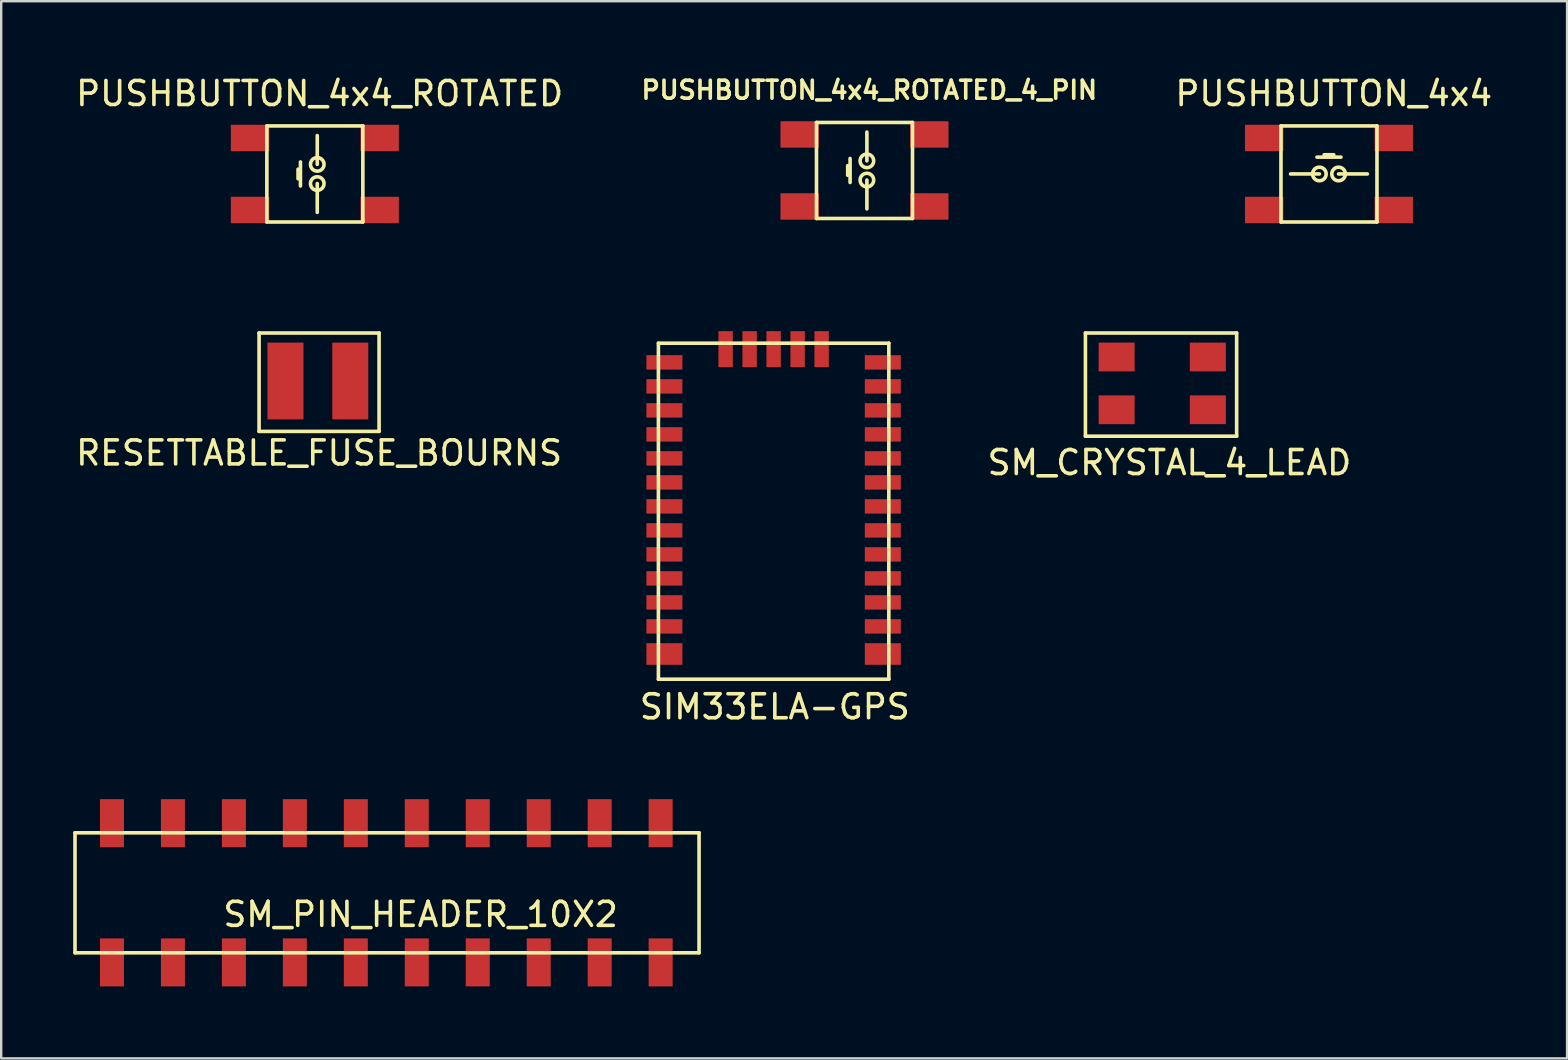
<source format=kicad_pcb>
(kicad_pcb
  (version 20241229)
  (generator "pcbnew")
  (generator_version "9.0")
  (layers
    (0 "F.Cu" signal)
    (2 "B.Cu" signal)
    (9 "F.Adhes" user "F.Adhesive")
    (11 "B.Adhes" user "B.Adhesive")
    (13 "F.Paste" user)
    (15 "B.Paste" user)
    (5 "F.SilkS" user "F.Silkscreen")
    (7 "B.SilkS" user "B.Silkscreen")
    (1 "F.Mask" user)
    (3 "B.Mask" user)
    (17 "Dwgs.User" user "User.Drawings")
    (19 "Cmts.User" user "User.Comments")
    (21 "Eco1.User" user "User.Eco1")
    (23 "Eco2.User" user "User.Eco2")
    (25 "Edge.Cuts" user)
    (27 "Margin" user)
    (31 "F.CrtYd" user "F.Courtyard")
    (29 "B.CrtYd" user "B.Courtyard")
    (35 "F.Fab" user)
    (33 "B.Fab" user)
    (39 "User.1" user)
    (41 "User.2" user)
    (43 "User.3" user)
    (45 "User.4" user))
  (footprint "RESETTABLE_FUSE_BOURNS"
    (layer "F.Cu")
    (at 10.244 12.823)
    (property "Reference" "RESETTABLE_FUSE_BOURNS" (at 0 3 0) (layer "F.SilkS") (effects (font (size 1 1) (thickness 0.15))))
    (attr through_hole)
    (fp_line (start -2.5 -2) (end 2.5 -2) (stroke (width 0.15) (type solid)) (layer "F.SilkS"))
    (fp_line (start -2.5 2.1) (end -2.5 -2) (stroke (width 0.15) (type solid)) (layer "F.SilkS"))
    (fp_line (start 2.5 -2) (end 2.5 2.1) (stroke (width 0.15) (type solid)) (layer "F.SilkS"))
    (fp_line (start 2.5 2.1) (end -2.5 2.1) (stroke (width 0.15) (type solid)) (layer "F.SilkS"))
    (pad "1" smd rect (at -1.4 0) (size 1.5 3.2) (layers "F.Cu" "F.Mask" "F.Paste"))
    (pad "2" smd rect (at 1.3 0) (size 1.5 3.2) (layers "F.Cu" "F.Mask" "F.Paste")))
  (footprint "SIM33ELA-GPS"
    (layer "F.Cu")
    (at 29.182 18.048)
    (property "Reference" "SIM33ELA-GPS" (at 0.05 8.35 0) (layer "F.SilkS") (effects (font (size 1 1) (thickness 0.15))))
    (attr through_hole)
    (fp_line (start -4.8 -6.8) (end -4.8 7.2) (stroke (width 0.15) (type solid)) (layer "F.SilkS"))
    (fp_line (start -4.8 -6.8) (end 4.8 -6.8) (stroke (width 0.15) (type solid)) (layer "F.SilkS"))
    (fp_line (start 4.8 7.2) (end -4.8 7.2) (stroke (width 0.15) (type solid)) (layer "F.SilkS"))
    (fp_line (start 4.8 7.2) (end 4.8 -6.8) (stroke (width 0.15) (type solid)) (layer "F.SilkS"))
    (pad "1" smd rect (at -4.55 -6) (size 1.5 0.6) (layers "F.Cu" "F.Mask" "F.Paste"))
    (pad "2" smd rect (at -4.55 -5) (size 1.5 0.6) (layers "F.Cu" "F.Mask" "F.Paste"))
    (pad "3" smd rect (at -4.55 -4) (size 1.5 0.6) (layers "F.Cu" "F.Mask" "F.Paste"))
    (pad "4" smd rect (at -4.55 -3) (size 1.5 0.6) (layers "F.Cu" "F.Mask" "F.Paste"))
    (pad "5" smd rect (at -4.55 -2) (size 1.5 0.6) (layers "F.Cu" "F.Mask" "F.Paste"))
    (pad "6" smd rect (at -4.55 -1) (size 1.5 0.6) (layers "F.Cu" "F.Mask" "F.Paste"))
    (pad "7" smd rect (at -4.55 0) (size 1.5 0.6) (layers "F.Cu" "F.Mask" "F.Paste"))
    (pad "8" smd rect (at -4.55 1) (size 1.5 0.6) (layers "F.Cu" "F.Mask" "F.Paste"))
    (pad "9" smd rect (at -4.55 2) (size 1.5 0.6) (layers "F.Cu" "F.Mask" "F.Paste"))
    (pad "10" smd rect (at -4.55 3) (size 1.5 0.6) (layers "F.Cu" "F.Mask" "F.Paste"))
    (pad "11" smd rect (at -4.55 4) (size 1.5 0.6) (layers "F.Cu" "F.Mask" "F.Paste"))
    (pad "12" smd rect (at -4.55 5) (size 1.5 0.6) (layers "F.Cu" "F.Mask" "F.Paste"))
    (pad "13" smd rect (at -4.55 6.15) (size 1.5 0.9) (layers "F.Cu" "F.Mask" "F.Paste"))
    (pad "14" smd rect (at 4.55 6.15) (size 1.5 0.9) (layers "F.Cu" "F.Mask" "F.Paste"))
    (pad "15" smd rect (at 4.55 5) (size 1.5 0.6) (layers "F.Cu" "F.Mask" "F.Paste"))
    (pad "16" smd rect (at 4.55 4) (size 1.5 0.6) (layers "F.Cu" "F.Mask" "F.Paste"))
    (pad "17" smd rect (at 4.55 3) (size 1.5 0.6) (layers "F.Cu" "F.Mask" "F.Paste"))
    (pad "18" smd rect (at 4.55 2) (size 1.5 0.6) (layers "F.Cu" "F.Mask" "F.Paste"))
    (pad "19" smd rect (at 4.55 1) (size 1.5 0.6) (layers "F.Cu" "F.Mask" "F.Paste"))
    (pad "20" smd rect (at 4.55 0) (size 1.5 0.6) (layers "F.Cu" "F.Mask" "F.Paste"))
    (pad "21" smd rect (at 4.55 -1) (size 1.5 0.6) (layers "F.Cu" "F.Mask" "F.Paste"))
    (pad "22" smd rect (at 4.55 -2) (size 1.5 0.6) (layers "F.Cu" "F.Mask" "F.Paste"))
    (pad "23" smd rect (at 4.55 -3) (size 1.5 0.6) (layers "F.Cu" "F.Mask" "F.Paste"))
    (pad "24" smd rect (at 4.55 -4) (size 1.5 0.6) (layers "F.Cu" "F.Mask" "F.Paste"))
    (pad "25" smd rect (at 4.55 -5) (size 1.5 0.6) (layers "F.Cu" "F.Mask" "F.Paste"))
    (pad "26" smd rect (at 4.55 -6) (size 1.5 0.6) (layers "F.Cu" "F.Mask" "F.Paste"))
    (pad "27" smd rect (at 2 -6.55) (size 0.6 1.5) (layers "F.Cu" "F.Mask" "F.Paste"))
    (pad "28" smd rect (at 1 -6.55) (size 0.6 1.5) (layers "F.Cu" "F.Mask" "F.Paste"))
    (pad "29" smd rect (at 0 -6.55) (size 0.6 1.5) (layers "F.Cu" "F.Mask" "F.Paste"))
    (pad "30" smd rect (at -1 -6.55) (size 0.6 1.5) (layers "F.Cu" "F.Mask" "F.Paste"))
    (pad "31" smd rect (at -2 -6.55) (size 0.6 1.5) (layers "F.Cu" "F.Mask" "F.Paste")))
  (footprint "PUSHBUTTON_4x4"
    (layer "F.Cu")
    (at 49.62 7.498)
    (property "Reference" "PUSHBUTTON_4x4" (at 2.9 -6.65 0) (layer "F.SilkS") (effects (font (size 1 1) (thickness 0.15))))
    (attr through_hole)
    (fp_line (start 0.7 -5.3) (end 4.7 -5.3) (stroke (width 0.15) (type solid)) (layer "F.SilkS"))
    (fp_line (start 0.7 -1.3) (end 0.7 -5.3) (stroke (width 0.15) (type solid)) (layer "F.SilkS"))
    (fp_line (start 1.1 -3.3) (end 2.3 -3.3) (stroke (width 0.15) (type solid)) (layer "F.SilkS"))
    (fp_line (start 2.2 -4) (end 3.2 -4) (stroke (width 0.15) (type solid)) (layer "F.SilkS"))
    (fp_line (start 2.5 -4.1) (end 2.9 -4.1) (stroke (width 0.15) (type solid)) (layer "F.SilkS"))
    (fp_line (start 3.1 -3.3) (end 4.3 -3.3) (stroke (width 0.15) (type solid)) (layer "F.SilkS"))
    (fp_line (start 4.7 -5.3) (end 4.7 -1.3) (stroke (width 0.15) (type solid)) (layer "F.SilkS"))
    (fp_line (start 4.7 -1.3) (end 0.7 -1.3) (stroke (width 0.15) (type solid)) (layer "F.SilkS"))
    (fp_circle (center 2.3 -3.3) (end 2.5 -3.1) (stroke (width 0.15) (type solid)) (fill no) (layer "F.SilkS"))
    (fp_circle (center 3.1 -3.3) (end 3.3 -3.1) (stroke (width 0.15) (type solid)) (fill no) (layer "F.SilkS"))
    (pad "1" smd rect (at 0 -4.8) (size 1.6 1.1) (layers "F.Cu" "F.Mask" "F.Paste"))
    (pad "1" smd rect (at 0 -1.8) (size 1.6 1.1) (layers "F.Cu" "F.Mask" "F.Paste"))
    (pad "2" smd rect (at 5.4 -4.8) (size 1.6 1.1) (layers "F.Cu" "F.Mask" "F.Paste"))
    (pad "2" smd rect (at 5.4 -1.8) (size 1.6 1.1) (layers "F.Cu" "F.Mask" "F.Paste")))
  (footprint "PUSHBUTTON_4x4_ROTATED"
    (layer "F.Cu")
    (at 10.068 4.098)
    (property "Reference" "PUSHBUTTON_4x4_ROTATED" (at 0.2 -3.25 0) (layer "F.SilkS") (effects (font (size 1 1) (thickness 0.15))))
    (attr through_hole)
    (fp_line (start -2 -1.9) (end 2 -1.9) (stroke (width 0.15) (type solid)) (layer "F.SilkS"))
    (fp_line (start -2 2.1) (end -2 -1.9) (stroke (width 0.15) (type solid)) (layer "F.SilkS"))
    (fp_line (start -0.7 0.3) (end -0.7 -0.1) (stroke (width 0.15) (type solid)) (layer "F.SilkS"))
    (fp_line (start -0.6 0.6) (end -0.6 -0.4) (stroke (width 0.15) (type solid)) (layer "F.SilkS"))
    (fp_line (start 0.1 -0.3) (end 0.1 -1.5) (stroke (width 0.15) (type solid)) (layer "F.SilkS"))
    (fp_line (start 0.1 1.7) (end 0.1 0.5) (stroke (width 0.15) (type solid)) (layer "F.SilkS"))
    (fp_line (start 2 -1.9) (end 2 2.1) (stroke (width 0.15) (type solid)) (layer "F.SilkS"))
    (fp_line (start 2 2.1) (end -2 2.1) (stroke (width 0.15) (type solid)) (layer "F.SilkS"))
    (fp_circle (center 0.1 -0.3) (end 0.3 -0.5) (stroke (width 0.15) (type solid)) (fill no) (layer "F.SilkS"))
    (fp_circle (center 0.1 0.5) (end 0.3 0.3) (stroke (width 0.15) (type solid)) (fill no) (layer "F.SilkS"))
    (pad "1" smd rect (at -2.7 1.6) (size 1.6 1.1) (layers "F.Cu" "F.Mask" "F.Paste"))
    (pad "1" smd rect (at 2.7 1.6) (size 1.6 1.1) (layers "F.Cu" "F.Mask" "F.Paste"))
    (pad "2" smd rect (at -2.7 -1.4) (size 1.6 1.1) (layers "F.Cu" "F.Mask" "F.Paste"))
    (pad "2" smd rect (at 2.7 -1.4) (size 1.6 1.1) (layers "F.Cu" "F.Mask" "F.Paste")))
  (footprint "SM_CRYSTAL_4_LEAD"
    (layer "F.Cu")
    (at 45.373 12.923)
    (property "Reference" "SM_CRYSTAL_4_LEAD" (at 0.3 3.3 0) (layer "F.SilkS") (effects (font (size 1 1) (thickness 0.15))))
    (attr through_hole)
    (fp_line (start -3.2 -2.1) (end -3.2 2.2) (stroke (width 0.15) (type solid)) (layer "F.SilkS"))
    (fp_line (start -3.2 2.2) (end 3.1 2.2) (stroke (width 0.15) (type solid)) (layer "F.SilkS"))
    (fp_line (start 3.1 -2.1) (end -3.2 -2.1) (stroke (width 0.15) (type solid)) (layer "F.SilkS"))
    (fp_line (start 3.1 2.2) (end 3.1 -2.1) (stroke (width 0.15) (type solid)) (layer "F.SilkS"))
    (pad "1" smd rect (at -1.9 1.1) (size 1.5 1.2) (layers "F.Cu" "F.Mask" "F.Paste"))
    (pad "2" smd rect (at 1.9 -1.1) (size 1.5 1.2) (layers "F.Cu" "F.Mask" "F.Paste"))
    (pad "3" smd rect (at -1.9 -1.1) (size 1.5 1.2) (layers "F.Cu" "F.Mask" "F.Paste"))
    (pad "3" smd rect (at 1.9 1.1) (size 1.5 1.2) (layers "F.Cu" "F.Mask" "F.Paste")))
  (footprint "SM_PIN_HEADER_10X2"
    (layer "F.Cu")
    (at 24.465 34.047)
    (property "Reference" "SM_PIN_HEADER_10X2" (at -9.99 1 0) (layer "F.SilkS") (effects (font (size 1 1) (thickness 0.15))))
    (attr through_hole)
    (fp_line (start -24.39 -2.4) (end 1.61 -2.4) (stroke (width 0.15) (type solid)) (layer "F.SilkS"))
    (fp_line (start -24.39 2.6) (end -24.39 -2.4) (stroke (width 0.15) (type solid)) (layer "F.SilkS"))
    (fp_line (start 1.61 -2.4) (end 1.61 2.6) (stroke (width 0.15) (type solid)) (layer "F.SilkS"))
    (fp_line (start 1.61 2.6) (end -24.39 2.6) (stroke (width 0.15) (type solid)) (layer "F.SilkS"))
    (pad "1" smd rect (at 0.01 -2.8) (size 1 2) (layers "F.Cu" "F.Mask" "F.Paste"))
    (pad "2" smd rect (at 0.01 3) (size 1 2) (layers "F.Cu" "F.Mask" "F.Paste"))
    (pad "3" smd rect (at -2.53 -2.8) (size 1 2) (layers "F.Cu" "F.Mask" "F.Paste"))
    (pad "4" smd rect (at -2.53 3) (size 1 2) (layers "F.Cu" "F.Mask" "F.Paste"))
    (pad "5" smd rect (at -5.07 -2.8) (size 1 2) (layers "F.Cu" "F.Mask" "F.Paste"))
    (pad "6" smd rect (at -5.07 3) (size 1 2) (layers "F.Cu" "F.Mask" "F.Paste"))
    (pad "7" smd rect (at -7.61 -2.8) (size 1 2) (layers "F.Cu" "F.Mask" "F.Paste"))
    (pad "8" smd rect (at -7.61 3) (size 1 2) (layers "F.Cu" "F.Mask" "F.Paste"))
    (pad "9" smd rect (at -10.15 -2.8) (size 1 2) (layers "F.Cu" "F.Mask" "F.Paste"))
    (pad "10" smd rect (at -10.15 3) (size 1 2) (layers "F.Cu" "F.Mask" "F.Paste"))
    (pad "11" smd rect (at -12.69 -2.8) (size 1 2) (layers "F.Cu" "F.Mask" "F.Paste"))
    (pad "12" smd rect (at -12.69 3) (size 1 2) (layers "F.Cu" "F.Mask" "F.Paste"))
    (pad "13" smd rect (at -15.23 -2.8) (size 1 2) (layers "F.Cu" "F.Mask" "F.Paste"))
    (pad "14" smd rect (at -15.23 3) (size 1 2) (layers "F.Cu" "F.Mask" "F.Paste"))
    (pad "15" smd rect (at -17.77 -2.8) (size 1 2) (layers "F.Cu" "F.Mask" "F.Paste"))
    (pad "16" smd rect (at -17.77 3) (size 1 2) (layers "F.Cu" "F.Mask" "F.Paste"))
    (pad "17" smd rect (at -20.31 -2.8) (size 1 2) (layers "F.Cu" "F.Mask" "F.Paste"))
    (pad "18" smd rect (at -20.31 3) (size 1 2) (layers "F.Cu" "F.Mask" "F.Paste"))
    (pad "19" smd rect (at -22.85 -2.8) (size 1 2) (layers "F.Cu" "F.Mask" "F.Paste"))
    (pad "20" smd rect (at -22.85 3) (size 1 2) (layers "F.Cu" "F.Mask" "F.Paste")))
  (footprint "PUSHBUTTON_4x4_ROTATED_4_PIN"
    (layer "F.Cu")
    (at 32.968 3.952)
    (property "Reference" "PUSHBUTTON_4x4_ROTATED_4_PIN" (at 0.2 -3.25 0) (layer "F.SilkS") (effects (font (size 0.75 0.75) (thickness 0.15))))
    (attr through_hole)
    (fp_line (start -2 -1.9) (end 2 -1.9) (stroke (width 0.15) (type solid)) (layer "F.SilkS"))
    (fp_line (start -2 2.1) (end -2 -1.9) (stroke (width 0.15) (type solid)) (layer "F.SilkS"))
    (fp_line (start -0.7 0.3) (end -0.7 -0.1) (stroke (width 0.15) (type solid)) (layer "F.SilkS"))
    (fp_line (start -0.6 0.6) (end -0.6 -0.4) (stroke (width 0.15) (type solid)) (layer "F.SilkS"))
    (fp_line (start 0.1 -0.3) (end 0.1 -1.5) (stroke (width 0.15) (type solid)) (layer "F.SilkS"))
    (fp_line (start 0.1 1.7) (end 0.1 0.5) (stroke (width 0.15) (type solid)) (layer "F.SilkS"))
    (fp_line (start 2 -1.9) (end 2 2.1) (stroke (width 0.15) (type solid)) (layer "F.SilkS"))
    (fp_line (start 2 2.1) (end -2 2.1) (stroke (width 0.15) (type solid)) (layer "F.SilkS"))
    (fp_circle (center 0.1 -0.3) (end 0.3 -0.5) (stroke (width 0.15) (type solid)) (fill no) (layer "F.SilkS"))
    (fp_circle (center 0.1 0.5) (end 0.3 0.3) (stroke (width 0.15) (type solid)) (fill no) (layer "F.SilkS"))
    (pad "1" smd rect (at -2.7 1.6) (size 1.6 1.1) (layers "F.Cu" "F.Mask" "F.Paste"))
    (pad "2" smd rect (at 2.7 1.6) (size 1.6 1.1) (layers "F.Cu" "F.Mask" "F.Paste"))
    (pad "3" smd rect (at 2.7 -1.4) (size 1.6 1.1) (layers "F.Cu" "F.Mask" "F.Paste"))
    (pad "4" smd rect (at -2.7 -1.4) (size 1.6 1.1) (layers "F.Cu" "F.Mask" "F.Paste")))
  (gr_rect
    (start -3 -3)
    (end 62.24 41.047)
    (stroke (width 0.1) (type default))
    (fill no)
    (layer "Edge.Cuts")))
</source>
